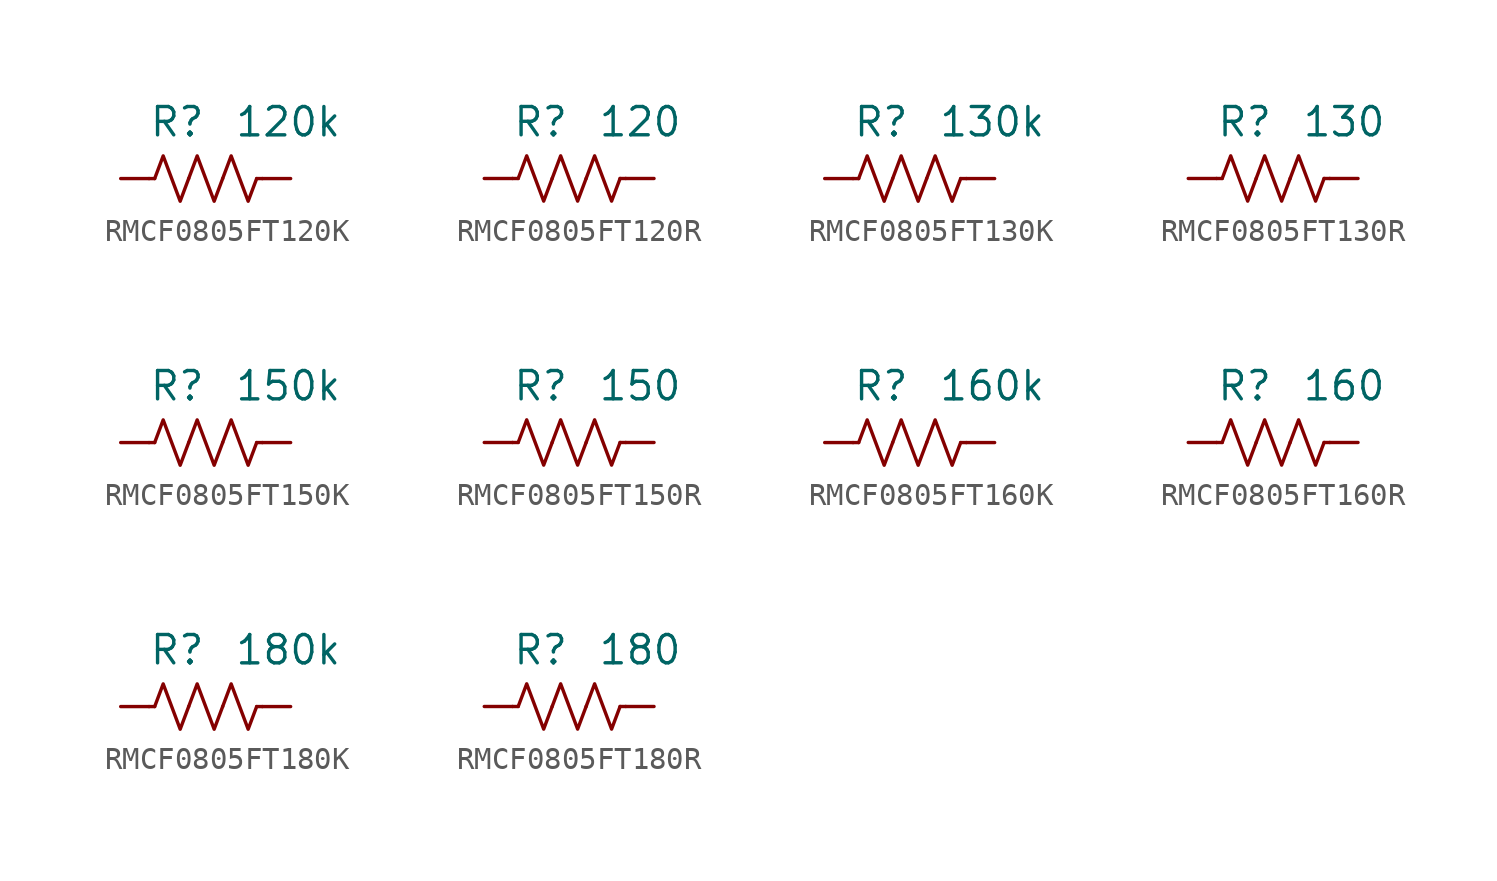
<source format=kicad_sym>
(kicad_symbol_lib
  (version 20241209)
  (generator "kicad_symbol_editor")
  (generator_version "9.0")
  (symbol "RMCF0805FT120K"
    (pin_numbers
      (hide yes))
    (property "Reference" "R"
      (at 0 2.54 0)
      (effects (font (size 1.27 1.27)) (justify right)))
    (property "Value" "120k"
      (at 1.27 2.54 0)
      (effects (font (size 1.27 1.27)) (justify left)))
    (symbol "RMCF0805FT120K_0_1"
      (polyline (pts (xy -2.286 0) (xy -2.54 0)) (stroke (width 0) (type default)) (fill (type none)))
      (polyline (pts (xy -2.286 0) (xy -1.905 1.016) (xy -1.524 0) (xy -1.143 -1.016) (xy -0.762 0)) (stroke (width 0) (type default)) (fill (type none)))
      (polyline (pts (xy -0.762 0) (xy -0.381 1.016) (xy 0 0) (xy 0.381 -1.016) (xy 0.762 0)) (stroke (width 0) (type default)) (fill (type none)))
      (polyline (pts (xy 0.762 0) (xy 1.143 1.016) (xy 1.524 0) (xy 1.905 -1.016) (xy 2.286 0)) (stroke (width 0) (type default)) (fill (type none)))
      (polyline (pts (xy 2.286 0) (xy 2.54 0)) (stroke (width 0) (type default)) (fill (type none))))
    (symbol "RMCF0805FT120K_1_1"
      (pin passive line (at -3.81 0 0) (length 1.27) (name "~" (effects (font (size 1.27 1.27)))) (number "1" (effects (font (size 1.27 1.27)))))
      (pin passive line (at 3.81 0 180) (length 1.27) (name "~" (effects (font (size 1.27 1.27)))) (number "2" (effects (font (size 1.27 1.27)))))))
  (symbol "RMCF0805FT120R"
    (pin_numbers
      (hide yes))
    (property "Reference" "R"
      (at 0 2.54 0)
      (effects (font (size 1.27 1.27)) (justify right)))
    (property "Value" "120"
      (at 1.27 2.54 0)
      (effects (font (size 1.27 1.27)) (justify left)))
    (symbol "RMCF0805FT120R_0_1"
      (polyline (pts (xy -2.286 0) (xy -2.54 0)) (stroke (width 0) (type default)) (fill (type none)))
      (polyline (pts (xy -2.286 0) (xy -1.905 1.016) (xy -1.524 0) (xy -1.143 -1.016) (xy -0.762 0)) (stroke (width 0) (type default)) (fill (type none)))
      (polyline (pts (xy -0.762 0) (xy -0.381 1.016) (xy 0 0) (xy 0.381 -1.016) (xy 0.762 0)) (stroke (width 0) (type default)) (fill (type none)))
      (polyline (pts (xy 0.762 0) (xy 1.143 1.016) (xy 1.524 0) (xy 1.905 -1.016) (xy 2.286 0)) (stroke (width 0) (type default)) (fill (type none)))
      (polyline (pts (xy 2.286 0) (xy 2.54 0)) (stroke (width 0) (type default)) (fill (type none))))
    (symbol "RMCF0805FT120R_1_1"
      (pin passive line (at -3.81 0 0) (length 1.27) (name "~" (effects (font (size 1.27 1.27)))) (number "1" (effects (font (size 1.27 1.27)))))
      (pin passive line (at 3.81 0 180) (length 1.27) (name "~" (effects (font (size 1.27 1.27)))) (number "2" (effects (font (size 1.27 1.27)))))))
  (symbol "RMCF0805FT130K"
    (pin_numbers
      (hide yes))
    (property "Reference" "R"
      (at 0 2.54 0)
      (effects (font (size 1.27 1.27)) (justify right)))
    (property "Value" "130k"
      (at 1.27 2.54 0)
      (effects (font (size 1.27 1.27)) (justify left)))
    (symbol "RMCF0805FT130K_0_1"
      (polyline (pts (xy -2.286 0) (xy -2.54 0)) (stroke (width 0) (type default)) (fill (type none)))
      (polyline (pts (xy -2.286 0) (xy -1.905 1.016) (xy -1.524 0) (xy -1.143 -1.016) (xy -0.762 0)) (stroke (width 0) (type default)) (fill (type none)))
      (polyline (pts (xy -0.762 0) (xy -0.381 1.016) (xy 0 0) (xy 0.381 -1.016) (xy 0.762 0)) (stroke (width 0) (type default)) (fill (type none)))
      (polyline (pts (xy 0.762 0) (xy 1.143 1.016) (xy 1.524 0) (xy 1.905 -1.016) (xy 2.286 0)) (stroke (width 0) (type default)) (fill (type none)))
      (polyline (pts (xy 2.286 0) (xy 2.54 0)) (stroke (width 0) (type default)) (fill (type none))))
    (symbol "RMCF0805FT130K_1_1"
      (pin passive line (at -3.81 0 0) (length 1.27) (name "~" (effects (font (size 1.27 1.27)))) (number "1" (effects (font (size 1.27 1.27)))))
      (pin passive line (at 3.81 0 180) (length 1.27) (name "~" (effects (font (size 1.27 1.27)))) (number "2" (effects (font (size 1.27 1.27)))))))
  (symbol "RMCF0805FT130R"
    (pin_numbers
      (hide yes))
    (property "Reference" "R"
      (at 0 2.54 0)
      (effects (font (size 1.27 1.27)) (justify right)))
    (property "Value" "130"
      (at 1.27 2.54 0)
      (effects (font (size 1.27 1.27)) (justify left)))
    (symbol "RMCF0805FT130R_0_1"
      (polyline (pts (xy -2.286 0) (xy -2.54 0)) (stroke (width 0) (type default)) (fill (type none)))
      (polyline (pts (xy -2.286 0) (xy -1.905 1.016) (xy -1.524 0) (xy -1.143 -1.016) (xy -0.762 0)) (stroke (width 0) (type default)) (fill (type none)))
      (polyline (pts (xy -0.762 0) (xy -0.381 1.016) (xy 0 0) (xy 0.381 -1.016) (xy 0.762 0)) (stroke (width 0) (type default)) (fill (type none)))
      (polyline (pts (xy 0.762 0) (xy 1.143 1.016) (xy 1.524 0) (xy 1.905 -1.016) (xy 2.286 0)) (stroke (width 0) (type default)) (fill (type none)))
      (polyline (pts (xy 2.286 0) (xy 2.54 0)) (stroke (width 0) (type default)) (fill (type none))))
    (symbol "RMCF0805FT130R_1_1"
      (pin passive line (at -3.81 0 0) (length 1.27) (name "~" (effects (font (size 1.27 1.27)))) (number "1" (effects (font (size 1.27 1.27)))))
      (pin passive line (at 3.81 0 180) (length 1.27) (name "~" (effects (font (size 1.27 1.27)))) (number "2" (effects (font (size 1.27 1.27)))))))
  (symbol "RMCF0805FT150K"
    (pin_numbers
      (hide yes))
    (property "Reference" "R"
      (at 0 2.54 0)
      (effects (font (size 1.27 1.27)) (justify right)))
    (property "Value" "150k"
      (at 1.27 2.54 0)
      (effects (font (size 1.27 1.27)) (justify left)))
    (symbol "RMCF0805FT150K_0_1"
      (polyline (pts (xy -2.286 0) (xy -2.54 0)) (stroke (width 0) (type default)) (fill (type none)))
      (polyline (pts (xy -2.286 0) (xy -1.905 1.016) (xy -1.524 0) (xy -1.143 -1.016) (xy -0.762 0)) (stroke (width 0) (type default)) (fill (type none)))
      (polyline (pts (xy -0.762 0) (xy -0.381 1.016) (xy 0 0) (xy 0.381 -1.016) (xy 0.762 0)) (stroke (width 0) (type default)) (fill (type none)))
      (polyline (pts (xy 0.762 0) (xy 1.143 1.016) (xy 1.524 0) (xy 1.905 -1.016) (xy 2.286 0)) (stroke (width 0) (type default)) (fill (type none)))
      (polyline (pts (xy 2.286 0) (xy 2.54 0)) (stroke (width 0) (type default)) (fill (type none))))
    (symbol "RMCF0805FT150K_1_1"
      (pin passive line (at -3.81 0 0) (length 1.27) (name "~" (effects (font (size 1.27 1.27)))) (number "1" (effects (font (size 1.27 1.27)))))
      (pin passive line (at 3.81 0 180) (length 1.27) (name "~" (effects (font (size 1.27 1.27)))) (number "2" (effects (font (size 1.27 1.27)))))))
  (symbol "RMCF0805FT150R"
    (pin_numbers
      (hide yes))
    (property "Reference" "R"
      (at 0 2.54 0)
      (effects (font (size 1.27 1.27)) (justify right)))
    (property "Value" "150"
      (at 1.27 2.54 0)
      (effects (font (size 1.27 1.27)) (justify left)))
    (symbol "RMCF0805FT150R_0_1"
      (polyline (pts (xy -2.286 0) (xy -2.54 0)) (stroke (width 0) (type default)) (fill (type none)))
      (polyline (pts (xy -2.286 0) (xy -1.905 1.016) (xy -1.524 0) (xy -1.143 -1.016) (xy -0.762 0)) (stroke (width 0) (type default)) (fill (type none)))
      (polyline (pts (xy -0.762 0) (xy -0.381 1.016) (xy 0 0) (xy 0.381 -1.016) (xy 0.762 0)) (stroke (width 0) (type default)) (fill (type none)))
      (polyline (pts (xy 0.762 0) (xy 1.143 1.016) (xy 1.524 0) (xy 1.905 -1.016) (xy 2.286 0)) (stroke (width 0) (type default)) (fill (type none)))
      (polyline (pts (xy 2.286 0) (xy 2.54 0)) (stroke (width 0) (type default)) (fill (type none))))
    (symbol "RMCF0805FT150R_1_1"
      (pin passive line (at -3.81 0 0) (length 1.27) (name "~" (effects (font (size 1.27 1.27)))) (number "1" (effects (font (size 1.27 1.27)))))
      (pin passive line (at 3.81 0 180) (length 1.27) (name "~" (effects (font (size 1.27 1.27)))) (number "2" (effects (font (size 1.27 1.27)))))))
  (symbol "RMCF0805FT160K"
    (pin_numbers
      (hide yes))
    (property "Reference" "R"
      (at 0 2.54 0)
      (effects (font (size 1.27 1.27)) (justify right)))
    (property "Value" "160k"
      (at 1.27 2.54 0)
      (effects (font (size 1.27 1.27)) (justify left)))
    (symbol "RMCF0805FT160K_0_1"
      (polyline (pts (xy -2.286 0) (xy -2.54 0)) (stroke (width 0) (type default)) (fill (type none)))
      (polyline (pts (xy -2.286 0) (xy -1.905 1.016) (xy -1.524 0) (xy -1.143 -1.016) (xy -0.762 0)) (stroke (width 0) (type default)) (fill (type none)))
      (polyline (pts (xy -0.762 0) (xy -0.381 1.016) (xy 0 0) (xy 0.381 -1.016) (xy 0.762 0)) (stroke (width 0) (type default)) (fill (type none)))
      (polyline (pts (xy 0.762 0) (xy 1.143 1.016) (xy 1.524 0) (xy 1.905 -1.016) (xy 2.286 0)) (stroke (width 0) (type default)) (fill (type none)))
      (polyline (pts (xy 2.286 0) (xy 2.54 0)) (stroke (width 0) (type default)) (fill (type none))))
    (symbol "RMCF0805FT160K_1_1"
      (pin passive line (at -3.81 0 0) (length 1.27) (name "~" (effects (font (size 1.27 1.27)))) (number "1" (effects (font (size 1.27 1.27)))))
      (pin passive line (at 3.81 0 180) (length 1.27) (name "~" (effects (font (size 1.27 1.27)))) (number "2" (effects (font (size 1.27 1.27)))))))
  (symbol "RMCF0805FT160R"
    (pin_numbers
      (hide yes))
    (property "Reference" "R"
      (at 0 2.54 0)
      (effects (font (size 1.27 1.27)) (justify right)))
    (property "Value" "160"
      (at 1.27 2.54 0)
      (effects (font (size 1.27 1.27)) (justify left)))
    (symbol "RMCF0805FT160R_0_1"
      (polyline (pts (xy -2.286 0) (xy -2.54 0)) (stroke (width 0) (type default)) (fill (type none)))
      (polyline (pts (xy -2.286 0) (xy -1.905 1.016) (xy -1.524 0) (xy -1.143 -1.016) (xy -0.762 0)) (stroke (width 0) (type default)) (fill (type none)))
      (polyline (pts (xy -0.762 0) (xy -0.381 1.016) (xy 0 0) (xy 0.381 -1.016) (xy 0.762 0)) (stroke (width 0) (type default)) (fill (type none)))
      (polyline (pts (xy 0.762 0) (xy 1.143 1.016) (xy 1.524 0) (xy 1.905 -1.016) (xy 2.286 0)) (stroke (width 0) (type default)) (fill (type none)))
      (polyline (pts (xy 2.286 0) (xy 2.54 0)) (stroke (width 0) (type default)) (fill (type none))))
    (symbol "RMCF0805FT160R_1_1"
      (pin passive line (at -3.81 0 0) (length 1.27) (name "~" (effects (font (size 1.27 1.27)))) (number "1" (effects (font (size 1.27 1.27)))))
      (pin passive line (at 3.81 0 180) (length 1.27) (name "~" (effects (font (size 1.27 1.27)))) (number "2" (effects (font (size 1.27 1.27)))))))
  (symbol "RMCF0805FT180K"
    (pin_numbers
      (hide yes))
    (property "Reference" "R"
      (at 0 2.54 0)
      (effects (font (size 1.27 1.27)) (justify right)))
    (property "Value" "180k"
      (at 1.27 2.54 0)
      (effects (font (size 1.27 1.27)) (justify left)))
    (symbol "RMCF0805FT180K_0_1"
      (polyline (pts (xy -2.286 0) (xy -2.54 0)) (stroke (width 0) (type default)) (fill (type none)))
      (polyline (pts (xy -2.286 0) (xy -1.905 1.016) (xy -1.524 0) (xy -1.143 -1.016) (xy -0.762 0)) (stroke (width 0) (type default)) (fill (type none)))
      (polyline (pts (xy -0.762 0) (xy -0.381 1.016) (xy 0 0) (xy 0.381 -1.016) (xy 0.762 0)) (stroke (width 0) (type default)) (fill (type none)))
      (polyline (pts (xy 0.762 0) (xy 1.143 1.016) (xy 1.524 0) (xy 1.905 -1.016) (xy 2.286 0)) (stroke (width 0) (type default)) (fill (type none)))
      (polyline (pts (xy 2.286 0) (xy 2.54 0)) (stroke (width 0) (type default)) (fill (type none))))
    (symbol "RMCF0805FT180K_1_1"
      (pin passive line (at -3.81 0 0) (length 1.27) (name "~" (effects (font (size 1.27 1.27)))) (number "1" (effects (font (size 1.27 1.27)))))
      (pin passive line (at 3.81 0 180) (length 1.27) (name "~" (effects (font (size 1.27 1.27)))) (number "2" (effects (font (size 1.27 1.27)))))))
  (symbol "RMCF0805FT180R"
    (pin_numbers
      (hide yes))
    (property "Reference" "R"
      (at 0 2.54 0)
      (effects (font (size 1.27 1.27)) (justify right)))
    (property "Value" "180"
      (at 1.27 2.54 0)
      (effects (font (size 1.27 1.27)) (justify left)))
    (symbol "RMCF0805FT180R_0_1"
      (polyline (pts (xy -2.286 0) (xy -2.54 0)) (stroke (width 0) (type default)) (fill (type none)))
      (polyline (pts (xy -2.286 0) (xy -1.905 1.016) (xy -1.524 0) (xy -1.143 -1.016) (xy -0.762 0)) (stroke (width 0) (type default)) (fill (type none)))
      (polyline (pts (xy -0.762 0) (xy -0.381 1.016) (xy 0 0) (xy 0.381 -1.016) (xy 0.762 0)) (stroke (width 0) (type default)) (fill (type none)))
      (polyline (pts (xy 0.762 0) (xy 1.143 1.016) (xy 1.524 0) (xy 1.905 -1.016) (xy 2.286 0)) (stroke (width 0) (type default)) (fill (type none)))
      (polyline (pts (xy 2.286 0) (xy 2.54 0)) (stroke (width 0) (type default)) (fill (type none))))
    (symbol "RMCF0805FT180R_1_1"
      (pin passive line (at -3.81 0 0) (length 1.27) (name "~" (effects (font (size 1.27 1.27)))) (number "1" (effects (font (size 1.27 1.27)))))
      (pin passive line (at 3.81 0 180) (length 1.27) (name "~" (effects (font (size 1.27 1.27)))) (number "2" (effects (font (size 1.27 1.27))))))))
</source>
